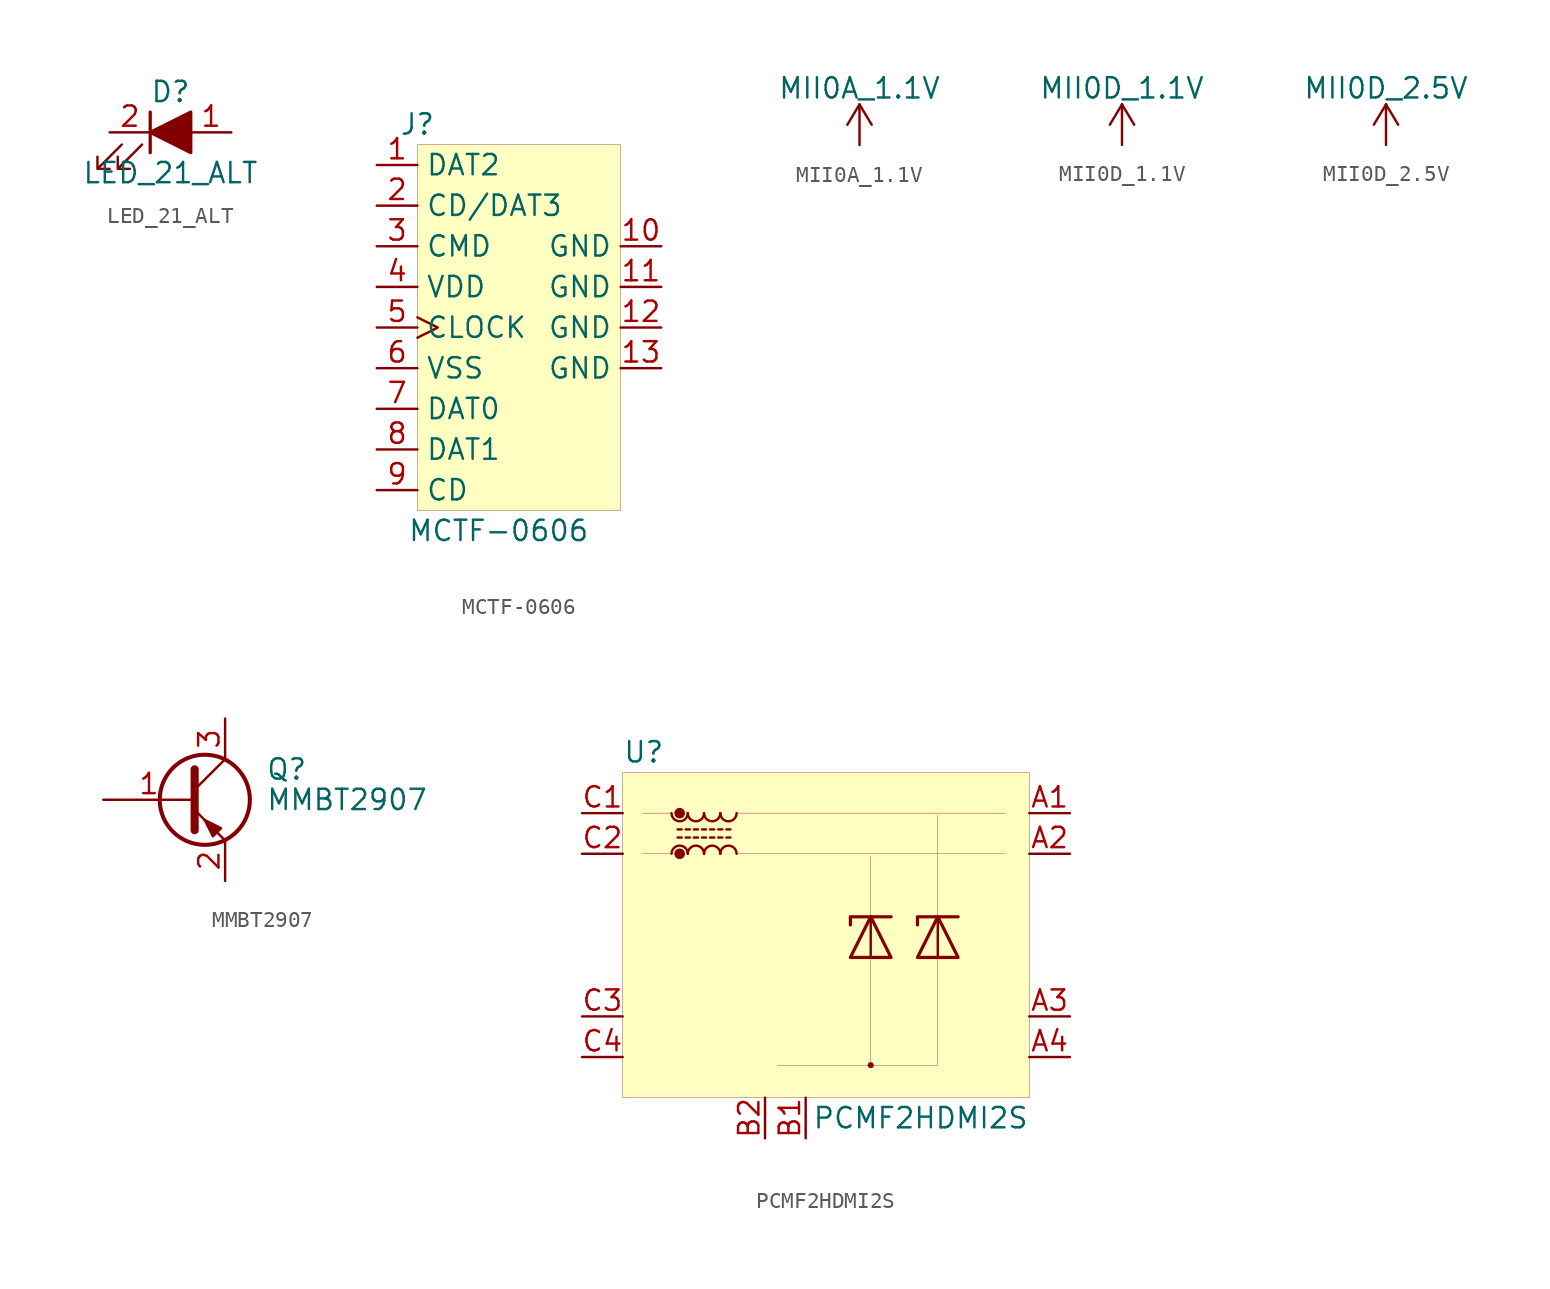
<source format=kicad_sym>
(kicad_symbol_lib
  (version 20201005)
  (generator kicad_symbol_editor)
  (symbol "beaglebone-ai:LED_21_ALT"
    (pin_names
      (offset 1.016) hide)
    (property "Reference" "D"
      (at 0 2.54 0)
      (effects (font (size 1.27 1.27))))
    (property "Value" "LED_21_ALT"
      (at 0 -2.54 0)
      (effects (font (size 1.27 1.27))))
    (symbol "LED_21_ALT_0_1"
      (polyline (pts (xy -1.27 -1.27) (xy -1.27 1.27)) (stroke (width 0.203)) (fill (type none)))
      (polyline (pts (xy -1.27 0) (xy 1.27 0)) (stroke (width 0)) (fill (type none)))
      (polyline (pts (xy 1.27 -1.27) (xy 1.27 1.27) (xy -1.27 0) (xy 1.27 -1.27)) (stroke (width 0.203)) (fill (type outline)))
      (polyline (pts (xy -3.048 -0.762) (xy -4.572 -2.286) (xy -3.81 -2.286) (xy -4.572 -2.286) (xy -4.572 -1.524)) (stroke (width 0)) (fill (type none)))
      (polyline (pts (xy -1.778 -0.762) (xy -3.302 -2.286) (xy -2.54 -2.286) (xy -3.302 -2.286) (xy -3.302 -1.524)) (stroke (width 0)) (fill (type none))))
    (symbol "LED_21_ALT_1_1"
      (pin passive line (at -3.81 0 0) (length 2.54) (name "K" (effects (font (size 1.27 1.27)))) (number "2" (effects (font (size 1.27 1.27)))))
      (pin passive line (at 3.81 0 180) (length 2.54) (name "A" (effects (font (size 1.27 1.27)))) (number "1" (effects (font (size 1.27 1.27)))))))
  (symbol "beaglebone-ai:MCTF-0606"
    (property "Reference" "J"
      (at -6.35 11.43 0)
      (effects (font (size 1.27 1.27))))
    (property "Value" "MCTF-0606"
      (at -1.27 -13.97 0)
      (effects (font (size 1.27 1.27))))
    (symbol "MCTF-0606_0_1"
      (rectangle (start -6.35 10.16) (end 6.35 -12.7) (stroke (width 0.001)) (fill (type background))))
    (symbol "MCTF-0606_1_1"
      (pin input line (at -8.89 8.89 0) (length 2.54) (name "DAT2" (effects (font (size 1.27 1.27)))) (number "1" (effects (font (size 1.27 1.27)))))
      (pin bidirectional line (at -8.89 6.35 0) (length 2.54) (name "CD/DAT3" (effects (font (size 1.27 1.27)))) (number "2" (effects (font (size 1.27 1.27)))))
      (pin bidirectional line (at -8.89 3.81 0) (length 2.54) (name "CMD" (effects (font (size 1.27 1.27)))) (number "3" (effects (font (size 1.27 1.27)))))
      (pin power_in line (at -8.89 1.27 0) (length 2.54) (name "VDD" (effects (font (size 1.27 1.27)))) (number "4" (effects (font (size 1.27 1.27)))))
      (pin input clock (at -8.89 -1.27 0) (length 2.54) (name "CLOCK" (effects (font (size 1.27 1.27)))) (number "5" (effects (font (size 1.27 1.27)))))
      (pin power_in line (at -8.89 -3.81 0) (length 2.54) (name "VSS" (effects (font (size 1.27 1.27)))) (number "6" (effects (font (size 1.27 1.27)))))
      (pin bidirectional line (at -8.89 -6.35 0) (length 2.54) (name "DAT0" (effects (font (size 1.27 1.27)))) (number "7" (effects (font (size 1.27 1.27)))))
      (pin bidirectional line (at -8.89 -8.89 0) (length 2.54) (name "DAT1" (effects (font (size 1.27 1.27)))) (number "8" (effects (font (size 1.27 1.27)))))
      (pin output line (at -8.89 -11.43 0) (length 2.54) (name "CD" (effects (font (size 1.27 1.27)))) (number "9" (effects (font (size 1.27 1.27)))))
      (pin power_in line (at 8.89 3.81 180) (length 2.54) (name "GND" (effects (font (size 1.27 1.27)))) (number "10" (effects (font (size 1.27 1.27)))))
      (pin power_in line (at 8.89 1.27 180) (length 2.54) (name "GND" (effects (font (size 1.27 1.27)))) (number "11" (effects (font (size 1.27 1.27)))))
      (pin power_in line (at 8.89 -1.27 180) (length 2.54) (name "GND" (effects (font (size 1.27 1.27)))) (number "12" (effects (font (size 1.27 1.27)))))
      (pin power_in line (at 8.89 -3.81 180) (length 2.54) (name "GND" (effects (font (size 1.27 1.27)))) (number "13" (effects (font (size 1.27 1.27)))))))
  (symbol "beaglebone-ai:MII0A_1.1V"
    (power)
    (pin_names
      (offset 0))
    (property "Reference" "#PWR"
      (at 0 -3.81 0)
      (effects (font (size 1.27 1.27)) hide))
    (property "Value" "MII0A_1.1V"
      (at 0 3.556 0)
      (effects (font (size 1.27 1.27))))
    (symbol "MII0A_1.1V_0_1"
      (polyline (pts (xy -0.762 1.27) (xy 0 2.54)) (stroke (width 0)) (fill (type none)))
      (polyline (pts (xy 0 0) (xy 0 2.54)) (stroke (width 0)) (fill (type none)))
      (polyline (pts (xy 0 2.54) (xy 0.762 1.27)) (stroke (width 0)) (fill (type none))))
    (symbol "MII0A_1.1V_1_1"
      (pin power_in line (at 0 0 90) (length 0) hide (name "MII0A_1.1V" (effects (font (size 1.27 1.27)))) (number "1" (effects (font (size 1.27 1.27)))))))
  (symbol "beaglebone-ai:MII0D_1.1V"
    (power)
    (pin_names
      (offset 0))
    (property "Reference" "#PWR"
      (at 0 -3.81 0)
      (effects (font (size 1.27 1.27)) hide))
    (property "Value" "MII0D_1.1V"
      (at 0 3.556 0)
      (effects (font (size 1.27 1.27))))
    (symbol "MII0D_1.1V_0_1"
      (polyline (pts (xy -0.762 1.27) (xy 0 2.54)) (stroke (width 0)) (fill (type none)))
      (polyline (pts (xy 0 0) (xy 0 2.54)) (stroke (width 0)) (fill (type none)))
      (polyline (pts (xy 0 2.54) (xy 0.762 1.27)) (stroke (width 0)) (fill (type none))))
    (symbol "MII0D_1.1V_1_1"
      (pin power_in line (at 0 0 90) (length 0) hide (name "MII0D_1.1V" (effects (font (size 1.27 1.27)))) (number "1" (effects (font (size 1.27 1.27)))))))
  (symbol "beaglebone-ai:MII0D_2.5V"
    (power)
    (pin_names
      (offset 0))
    (property "Reference" "#PWR"
      (at 0 -3.81 0)
      (effects (font (size 1.27 1.27)) hide))
    (property "Value" "MII0D_2.5V"
      (at 0 3.556 0)
      (effects (font (size 1.27 1.27))))
    (symbol "MII0D_2.5V_0_1"
      (polyline (pts (xy -0.762 1.27) (xy 0 2.54)) (stroke (width 0)) (fill (type none)))
      (polyline (pts (xy 0 0) (xy 0 2.54)) (stroke (width 0)) (fill (type none)))
      (polyline (pts (xy 0 2.54) (xy 0.762 1.27)) (stroke (width 0)) (fill (type none))))
    (symbol "MII0D_2.5V_1_1"
      (pin power_in line (at 0 0 90) (length 0) hide (name "MII0D_2.5V" (effects (font (size 1.27 1.27)))) (number "1" (effects (font (size 1.27 1.27)))))))
  (symbol "beaglebone-ai:MMBT2907"
    (pin_names
      (offset 0) hide)
    (property "Reference" "Q"
      (at 5.08 1.905 0)
      (effects (font (size 1.27 1.27)) (justify left)))
    (property "Value" "MMBT2907"
      (at 5.08 0 0)
      (effects (font (size 1.27 1.27)) (justify left)))
    (symbol "MMBT2907_0_1"
      (circle (center 1.27 0) (radius 2.819) (stroke (width 0.254)) (fill (type none)))
      (polyline (pts (xy 0.635 0.635) (xy 2.54 2.54)) (stroke (width 0)) (fill (type none)))
      (polyline (pts (xy 0.635 -0.635) (xy 2.54 -2.54) (xy 2.54 -2.54)) (stroke (width 0)) (fill (type none)))
      (polyline (pts (xy 0.635 1.905) (xy 0.635 -1.905) (xy 0.635 -1.905)) (stroke (width 0.508)) (fill (type none)))
      (polyline (pts (xy 2.286 -1.778) (xy 1.778 -2.286) (xy 1.27 -1.27) (xy 2.286 -1.778) (xy 2.286 -1.778)) (stroke (width 0)) (fill (type outline))))
    (symbol "MMBT2907_1_1"
      (pin input line (at -5.08 0 0) (length 5.715) (name "B" (effects (font (size 1.27 1.27)))) (number "1" (effects (font (size 1.27 1.27)))))
      (pin passive line (at 2.54 -5.08 90) (length 2.54) (name "E" (effects (font (size 1.27 1.27)))) (number "2" (effects (font (size 1.27 1.27)))))
      (pin passive line (at 2.54 5.08 270) (length 2.54) (name "C" (effects (font (size 1.27 1.27)))) (number "3" (effects (font (size 1.27 1.27)))))))
  (symbol "beaglebone-ai:PCMF2HDMI2S"
    (pin_names hide)
    (property "Reference" "U"
      (at -12.7 11.43 0)
      (effects (font (size 1.27 1.27)) (justify left)))
    (property "Value" "PCMF2HDMI2S"
      (at 12.7 -11.43 0)
      (effects (font (size 1.27 1.27)) (justify right)))
    (symbol "PCMF2HDMI2S_0_1"
      (arc (start -8.636 5.08) (end -9.652 5.08) (radius (at -9.144 5.08) (length 0.508) (angles 0.1 179.9)) (stroke (width 0)) (fill (type none)))
      (arc (start -9.652 7.62) (end -8.636 7.62) (radius (at -9.144 7.62) (length 0.508) (angles -179.9 -0.1)) (stroke (width 0)) (fill (type none)))
      (arc (start -7.62 5.08) (end -8.636 5.08) (radius (at -8.128 5.08) (length 0.508) (angles 0.1 179.9)) (stroke (width 0)) (fill (type none)))
      (arc (start -8.636 7.62) (end -7.62 7.62) (radius (at -8.128 7.62) (length 0.508) (angles -179.9 -0.1)) (stroke (width 0)) (fill (type none)))
      (arc (start -6.604 5.08) (end -7.62 5.08) (radius (at -7.112 5.08) (length 0.508) (angles 0.1 179.9)) (stroke (width 0)) (fill (type none)))
      (arc (start -7.62 7.62) (end -6.604 7.62) (radius (at -7.112 7.62) (length 0.508) (angles -179.9 -0.1)) (stroke (width 0)) (fill (type none)))
      (arc (start -5.588 5.08) (end -6.604 5.08) (radius (at -6.096 5.08) (length 0.508) (angles 0.1 179.9)) (stroke (width 0)) (fill (type none)))
      (arc (start -6.604 7.62) (end -5.588 7.62) (radius (at -6.096 7.62) (length 0.508) (angles -179.9 -0.1)) (stroke (width 0)) (fill (type none)))
      (circle (center -9.144 5.08) (radius 0.254) (stroke (width 0)) (fill (type outline)))
      (circle (center -9.144 7.62) (radius 0.254) (stroke (width 0)) (fill (type outline)))
      (circle (center 2.794 -8.128) (radius 0.18) (stroke (width 0.001)) (fill (type outline)))
      (rectangle (start -12.7 10.16) (end 12.7 -10.16) (stroke (width 0.001)) (fill (type background)))
      (polyline (pts (xy -9.271 6.604) (xy -9.017 6.604)) (stroke (width 0)) (fill (type none)))
      (polyline (pts (xy -9.017 6.096) (xy -9.271 6.096)) (stroke (width 0)) (fill (type none)))
      (polyline (pts (xy -8.763 6.604) (xy -8.509 6.604)) (stroke (width 0)) (fill (type none)))
      (polyline (pts (xy -8.509 6.096) (xy -8.763 6.096)) (stroke (width 0)) (fill (type none)))
      (polyline (pts (xy -8.255 6.604) (xy -8.001 6.604)) (stroke (width 0)) (fill (type none)))
      (polyline (pts (xy -8.001 6.096) (xy -8.255 6.096)) (stroke (width 0)) (fill (type none)))
      (polyline (pts (xy -7.747 6.604) (xy -7.493 6.604)) (stroke (width 0)) (fill (type none)))
      (polyline (pts (xy -7.493 6.096) (xy -7.747 6.096)) (stroke (width 0)) (fill (type none)))
      (polyline (pts (xy -7.239 6.604) (xy -6.985 6.604)) (stroke (width 0)) (fill (type none)))
      (polyline (pts (xy -6.985 6.096) (xy -7.239 6.096)) (stroke (width 0)) (fill (type none)))
      (polyline (pts (xy -6.731 6.604) (xy -6.477 6.604)) (stroke (width 0)) (fill (type none)))
      (polyline (pts (xy -6.477 6.096) (xy -6.731 6.096)) (stroke (width 0)) (fill (type none)))
      (polyline (pts (xy -6.223 6.604) (xy -5.969 6.604)) (stroke (width 0)) (fill (type none)))
      (polyline (pts (xy -5.969 6.096) (xy -6.223 6.096)) (stroke (width 0)) (fill (type none)))
      (polyline (pts (xy -9.652 7.62) (xy -11.43 7.62)) (stroke (width 0.001)) (fill (type none)))
      (polyline (pts (xy -9.652 5.08) (xy -11.43 5.08)) (stroke (width 0.001)) (fill (type none)))
      (polyline (pts (xy 11.176 5.08) (xy -5.588 5.08)) (stroke (width 0.001)) (fill (type none)))
      (polyline (pts (xy 11.176 7.62) (xy -5.588 7.62)) (stroke (width 0.001)) (fill (type none)))
      (polyline (pts (xy 6.985 -1.397) (xy 6.985 1.143)) (stroke (width 0)) (fill (type none)))
      (polyline (pts (xy 8.255 1.143) (xy 5.715 1.143) (xy 5.715 0.635)) (stroke (width 0.203)) (fill (type none)))
      (polyline (pts (xy 8.255 -1.397) (xy 5.715 -1.397) (xy 6.985 1.143) (xy 8.255 -1.397)) (stroke (width 0.203)) (fill (type none)))
      (polyline (pts (xy 4.064 -1.397) (xy 1.524 -1.397) (xy 2.794 1.143) (xy 4.064 -1.397)) (stroke (width 0.203)) (fill (type none)))
      (polyline (pts (xy 4.064 1.143) (xy 1.524 1.143) (xy 1.524 0.635)) (stroke (width 0.203)) (fill (type none)))
      (polyline (pts (xy 2.794 -1.397) (xy 2.794 1.143)) (stroke (width 0)) (fill (type none)))
      (polyline (pts (xy 2.794 1.143) (xy 2.794 4.953)) (stroke (width 0.001)) (fill (type none)))
      (polyline (pts (xy 6.985 1.143) (xy 6.985 7.493)) (stroke (width 0.001)) (fill (type none)))
      (polyline (pts (xy 2.794 -1.524) (xy 2.794 -8.128) (xy -3.048 -8.128)) (stroke (width 0.001)) (fill (type none)))
      (polyline (pts (xy 6.985 -1.397) (xy 6.985 -8.128) (xy 2.794 -8.128)) (stroke (width 0.001)) (fill (type none))))
    (symbol "PCMF2HDMI2S_1_1"
      (pin bidirectional line (at -15.24 7.62 0) (length 2.54) (name "CH2_IN-" (effects (font (size 1.27 1.27)))) (number "C1" (effects (font (size 1.27 1.27)))))
      (pin bidirectional line (at -15.24 5.08 0) (length 2.54) (name "CH2_IN+" (effects (font (size 1.27 1.27)))) (number "C2" (effects (font (size 1.27 1.27)))))
      (pin bidirectional line (at -15.24 -5.08 0) (length 2.54) (name "CH1_IN-" (effects (font (size 1.27 1.27)))) (number "C3" (effects (font (size 1.27 1.27)))))
      (pin bidirectional line (at -15.24 -7.62 0) (length 2.54) (name "CH1_IN+" (effects (font (size 1.27 1.27)))) (number "C4" (effects (font (size 1.27 1.27)))))
      (pin bidirectional line (at 15.24 -5.08 180) (length 2.54) (name "CH1_OUT-" (effects (font (size 1.27 1.27)))) (number "A3" (effects (font (size 1.27 1.27)))))
      (pin bidirectional line (at 15.24 7.62 180) (length 2.54) (name "CH2_OUT-" (effects (font (size 1.27 1.27)))) (number "A1" (effects (font (size 1.27 1.27)))))
      (pin bidirectional line (at 15.24 -7.62 180) (length 2.54) (name "CH1_OUT+" (effects (font (size 1.27 1.27)))) (number "A4" (effects (font (size 1.27 1.27)))))
      (pin bidirectional line (at 15.24 5.08 180) (length 2.54) (name "CH2_OUT+" (effects (font (size 1.27 1.27)))) (number "A2" (effects (font (size 1.27 1.27)))))
      (pin power_in line (at -3.81 -12.7 90) (length 2.54) (name "GND_CH2" (effects (font (size 1.27 1.27)))) (number "B2" (effects (font (size 1.27 1.27)))))
      (pin power_in line (at -1.27 -12.7 90) (length 2.54) (name "GND_CH1" (effects (font (size 1.27 1.27)))) (number "B1" (effects (font (size 1.27 1.27))))))))
</source>
